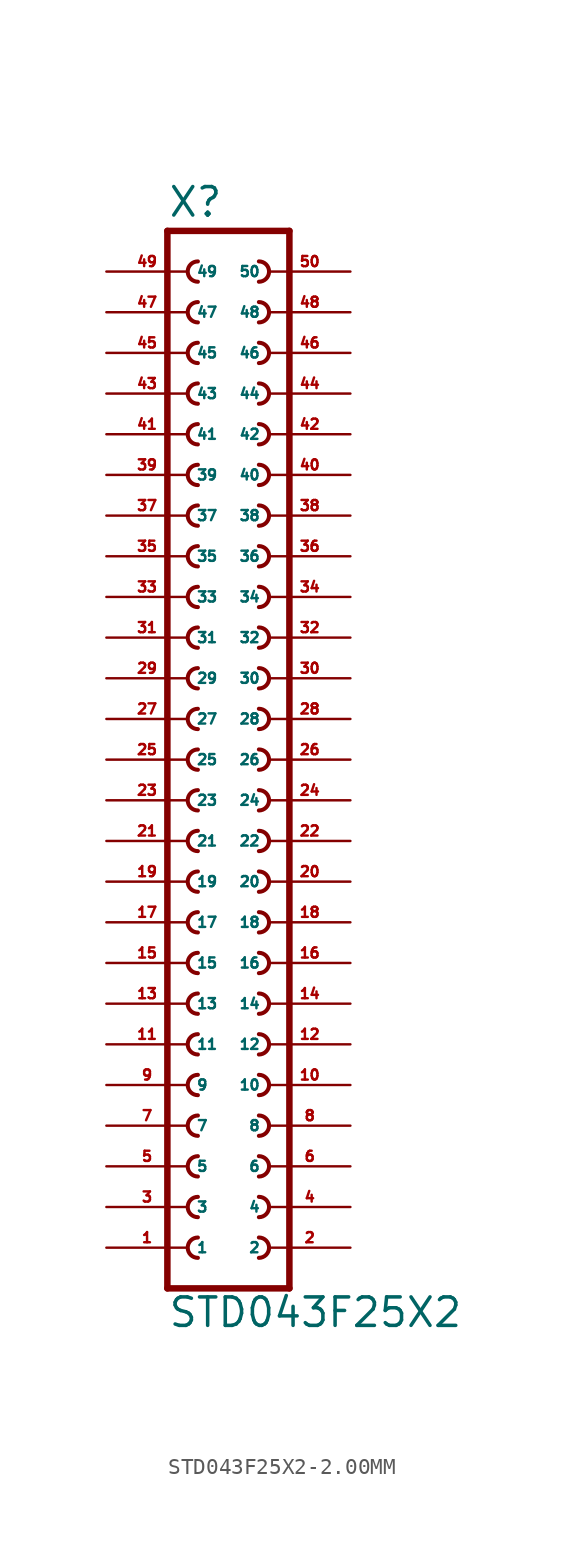
<source format=kicad_sym>
(kicad_symbol_lib
  (version 20220914)
  (generator Eagle2Kicad)
  (symbol "STD043F25X2-2.00MM"
    (property "Reference" "X"
      (at -3.81 31.242 0)
      (effects (font (size 1.778 1.778) (thickness 0.22)) (justify left bottom)))
    (property "Value" "STD043F25X2"
      (at -3.81 -38.1 0)
      (effects (font (size 1.778 1.778) (thickness 0.22)) (justify left bottom)))
    (polyline
      (pts (xy 3.81 -35.56) (xy -3.81 -35.56))
      (stroke (width 0.406) (type default))
      (fill (type none)))
    (arc
      (start -1.905 -27.305)
      (mid -2.540 -27.940)
      (end -1.905 -28.575)
      (stroke (width 0.254) (type default))
      (fill (type none)))
    (arc
      (start -1.905 -29.845)
      (mid -2.540 -30.480)
      (end -1.905 -31.115)
      (stroke (width 0.254) (type default))
      (fill (type none)))
    (arc
      (start -1.905 -32.385)
      (mid -2.540 -33.020)
      (end -1.905 -33.655)
      (stroke (width 0.254) (type default))
      (fill (type none)))
    (arc
      (start 1.905 -28.575)
      (mid 2.540 -27.940)
      (end 1.905 -27.305)
      (stroke (width 0.254) (type default))
      (fill (type none)))
    (arc
      (start 1.905 -31.115)
      (mid 2.540 -30.480)
      (end 1.905 -29.845)
      (stroke (width 0.254) (type default))
      (fill (type none)))
    (arc
      (start 1.905 -33.655)
      (mid 2.540 -33.020)
      (end 1.905 -32.385)
      (stroke (width 0.254) (type default))
      (fill (type none)))
    (arc
      (start -1.905 -22.225)
      (mid -2.540 -22.860)
      (end -1.905 -23.495)
      (stroke (width 0.254) (type default))
      (fill (type none)))
    (arc
      (start -1.905 -24.765)
      (mid -2.540 -25.400)
      (end -1.905 -26.035)
      (stroke (width 0.254) (type default))
      (fill (type none)))
    (arc
      (start 1.905 -23.495)
      (mid 2.540 -22.860)
      (end 1.905 -22.225)
      (stroke (width 0.254) (type default))
      (fill (type none)))
    (arc
      (start 1.905 -26.035)
      (mid 2.540 -25.400)
      (end 1.905 -24.765)
      (stroke (width 0.254) (type default))
      (fill (type none)))
    (arc
      (start -1.905 -14.605)
      (mid -2.540 -15.240)
      (end -1.905 -15.875)
      (stroke (width 0.254) (type default))
      (fill (type none)))
    (arc
      (start -1.905 -17.145)
      (mid -2.540 -17.780)
      (end -1.905 -18.415)
      (stroke (width 0.254) (type default))
      (fill (type none)))
    (arc
      (start -1.905 -19.685)
      (mid -2.540 -20.320)
      (end -1.905 -20.955)
      (stroke (width 0.254) (type default))
      (fill (type none)))
    (arc
      (start 1.905 -15.875)
      (mid 2.540 -15.240)
      (end 1.905 -14.605)
      (stroke (width 0.254) (type default))
      (fill (type none)))
    (arc
      (start 1.905 -18.415)
      (mid 2.540 -17.780)
      (end 1.905 -17.145)
      (stroke (width 0.254) (type default))
      (fill (type none)))
    (arc
      (start 1.905 -20.955)
      (mid 2.540 -20.320)
      (end 1.905 -19.685)
      (stroke (width 0.254) (type default))
      (fill (type none)))
    (arc
      (start -1.905 -9.525)
      (mid -2.540 -10.160)
      (end -1.905 -10.795)
      (stroke (width 0.254) (type default))
      (fill (type none)))
    (arc
      (start -1.905 -12.065)
      (mid -2.540 -12.700)
      (end -1.905 -13.335)
      (stroke (width 0.254) (type default))
      (fill (type none)))
    (arc
      (start 1.905 -10.795)
      (mid 2.540 -10.160)
      (end 1.905 -9.525)
      (stroke (width 0.254) (type default))
      (fill (type none)))
    (arc
      (start 1.905 -13.335)
      (mid 2.540 -12.700)
      (end 1.905 -12.065)
      (stroke (width 0.254) (type default))
      (fill (type none)))
    (arc
      (start -1.905 -1.905)
      (mid -2.540 -2.540)
      (end -1.905 -3.175)
      (stroke (width 0.254) (type default))
      (fill (type none)))
    (arc
      (start -1.905 -4.445)
      (mid -2.540 -5.080)
      (end -1.905 -5.715)
      (stroke (width 0.254) (type default))
      (fill (type none)))
    (arc
      (start -1.905 -6.985)
      (mid -2.540 -7.620)
      (end -1.905 -8.255)
      (stroke (width 0.254) (type default))
      (fill (type none)))
    (arc
      (start 1.905 -3.175)
      (mid 2.540 -2.540)
      (end 1.905 -1.905)
      (stroke (width 0.254) (type default))
      (fill (type none)))
    (arc
      (start 1.905 -5.715)
      (mid 2.540 -5.080)
      (end 1.905 -4.445)
      (stroke (width 0.254) (type default))
      (fill (type none)))
    (arc
      (start 1.905 -8.255)
      (mid 2.540 -7.620)
      (end 1.905 -6.985)
      (stroke (width 0.254) (type default))
      (fill (type none)))
    (arc
      (start -1.905 3.175)
      (mid -2.540 2.540)
      (end -1.905 1.905)
      (stroke (width 0.254) (type default))
      (fill (type none)))
    (arc
      (start -1.905 0.635)
      (mid -2.540 0.000)
      (end -1.905 -0.635)
      (stroke (width 0.254) (type default))
      (fill (type none)))
    (arc
      (start 1.905 1.905)
      (mid 2.540 2.540)
      (end 1.905 3.175)
      (stroke (width 0.254) (type default))
      (fill (type none)))
    (arc
      (start 1.905 -0.635)
      (mid 2.540 0.000)
      (end 1.905 0.635)
      (stroke (width 0.254) (type default))
      (fill (type none)))
    (arc
      (start -1.905 8.255)
      (mid -2.540 7.620)
      (end -1.905 6.985)
      (stroke (width 0.254) (type default))
      (fill (type none)))
    (arc
      (start -1.905 5.715)
      (mid -2.540 5.080)
      (end -1.905 4.445)
      (stroke (width 0.254) (type default))
      (fill (type none)))
    (arc
      (start 1.905 6.985)
      (mid 2.540 7.620)
      (end 1.905 8.255)
      (stroke (width 0.254) (type default))
      (fill (type none)))
    (arc
      (start 1.905 4.445)
      (mid 2.540 5.080)
      (end 1.905 5.715)
      (stroke (width 0.254) (type default))
      (fill (type none)))
    (arc
      (start -1.905 15.875)
      (mid -2.540 15.240)
      (end -1.905 14.605)
      (stroke (width 0.254) (type default))
      (fill (type none)))
    (arc
      (start -1.905 13.335)
      (mid -2.540 12.700)
      (end -1.905 12.065)
      (stroke (width 0.254) (type default))
      (fill (type none)))
    (arc
      (start -1.905 10.795)
      (mid -2.540 10.160)
      (end -1.905 9.525)
      (stroke (width 0.254) (type default))
      (fill (type none)))
    (arc
      (start 1.905 14.605)
      (mid 2.540 15.240)
      (end 1.905 15.875)
      (stroke (width 0.254) (type default))
      (fill (type none)))
    (arc
      (start 1.905 12.065)
      (mid 2.540 12.700)
      (end 1.905 13.335)
      (stroke (width 0.254) (type default))
      (fill (type none)))
    (arc
      (start 1.905 9.525)
      (mid 2.540 10.160)
      (end 1.905 10.795)
      (stroke (width 0.254) (type default))
      (fill (type none)))
    (polyline
      (pts (xy -3.81 30.48) (xy -3.81 -35.56))
      (stroke (width 0.406) (type default))
      (fill (type none)))
    (polyline
      (pts (xy 3.81 -35.56) (xy 3.81 30.48))
      (stroke (width 0.406) (type default))
      (fill (type none)))
    (polyline
      (pts (xy -3.81 30.48) (xy 3.81 30.48))
      (stroke (width 0.406) (type default))
      (fill (type none)))
    (arc
      (start 1.905 17.145)
      (mid 2.540 17.780)
      (end 1.905 18.415)
      (stroke (width 0.254) (type default))
      (fill (type none)))
    (arc
      (start 1.905 19.685)
      (mid 2.540 20.320)
      (end 1.905 20.955)
      (stroke (width 0.254) (type default))
      (fill (type none)))
    (arc
      (start 1.905 22.225)
      (mid 2.540 22.860)
      (end 1.905 23.495)
      (stroke (width 0.254) (type default))
      (fill (type none)))
    (arc
      (start -1.905 18.415)
      (mid -2.540 17.780)
      (end -1.905 17.145)
      (stroke (width 0.254) (type default))
      (fill (type none)))
    (arc
      (start -1.905 20.955)
      (mid -2.540 20.320)
      (end -1.905 19.685)
      (stroke (width 0.254) (type default))
      (fill (type none)))
    (arc
      (start -1.905 23.495)
      (mid -2.540 22.860)
      (end -1.905 22.225)
      (stroke (width 0.254) (type default))
      (fill (type none)))
    (arc
      (start 1.905 24.765)
      (mid 2.540 25.400)
      (end 1.905 26.035)
      (stroke (width 0.254) (type default))
      (fill (type none)))
    (arc
      (start 1.905 27.305)
      (mid 2.540 27.940)
      (end 1.905 28.575)
      (stroke (width 0.254) (type default))
      (fill (type none)))
    (arc
      (start -1.905 26.035)
      (mid -2.540 25.400)
      (end -1.905 24.765)
      (stroke (width 0.254) (type default))
      (fill (type none)))
    (arc
      (start -1.905 28.575)
      (mid -2.540 27.940)
      (end -1.905 27.305)
      (stroke (width 0.254) (type default))
      (fill (type none)))
    (pin passive line
      (at -7.62 -33.02 0)
      (length 5.08)
      (name "1" (effects (font (size 0.635 0.635) (thickness 0.08)) (justify left bottom)))
      (number "1" (effects (font (size 0.635 0.635) (thickness 0.08)) (justify left bottom))))
    (pin passive line
      (at -7.62 -30.48 0)
      (length 5.08)
      (name "3" (effects (font (size 0.635 0.635) (thickness 0.08)) (justify left bottom)))
      (number "3" (effects (font (size 0.635 0.635) (thickness 0.08)) (justify left bottom))))
    (pin passive line
      (at -7.62 -27.94 0)
      (length 5.08)
      (name "5" (effects (font (size 0.635 0.635) (thickness 0.08)) (justify left bottom)))
      (number "5" (effects (font (size 0.635 0.635) (thickness 0.08)) (justify left bottom))))
    (pin passive line
      (at 7.62 -33.02 180)
      (length 5.08)
      (name "2" (effects (font (size 0.635 0.635) (thickness 0.08)) (justify left bottom)))
      (number "2" (effects (font (size 0.635 0.635) (thickness 0.08)) (justify left bottom))))
    (pin passive line
      (at 7.62 -30.48 180)
      (length 5.08)
      (name "4" (effects (font (size 0.635 0.635) (thickness 0.08)) (justify left bottom)))
      (number "4" (effects (font (size 0.635 0.635) (thickness 0.08)) (justify left bottom))))
    (pin passive line
      (at 7.62 -27.94 180)
      (length 5.08)
      (name "6" (effects (font (size 0.635 0.635) (thickness 0.08)) (justify left bottom)))
      (number "6" (effects (font (size 0.635 0.635) (thickness 0.08)) (justify left bottom))))
    (pin passive line
      (at -7.62 -25.4 0)
      (length 5.08)
      (name "7" (effects (font (size 0.635 0.635) (thickness 0.08)) (justify left bottom)))
      (number "7" (effects (font (size 0.635 0.635) (thickness 0.08)) (justify left bottom))))
    (pin passive line
      (at -7.62 -22.86 0)
      (length 5.08)
      (name "9" (effects (font (size 0.635 0.635) (thickness 0.08)) (justify left bottom)))
      (number "9" (effects (font (size 0.635 0.635) (thickness 0.08)) (justify left bottom))))
    (pin passive line
      (at 7.62 -25.4 180)
      (length 5.08)
      (name "8" (effects (font (size 0.635 0.635) (thickness 0.08)) (justify left bottom)))
      (number "8" (effects (font (size 0.635 0.635) (thickness 0.08)) (justify left bottom))))
    (pin passive line
      (at 7.62 -22.86 180)
      (length 5.08)
      (name "10" (effects (font (size 0.635 0.635) (thickness 0.08)) (justify left bottom)))
      (number "10" (effects (font (size 0.635 0.635) (thickness 0.08)) (justify left bottom))))
    (pin passive line
      (at -7.62 -20.32 0)
      (length 5.08)
      (name "11" (effects (font (size 0.635 0.635) (thickness 0.08)) (justify left bottom)))
      (number "11" (effects (font (size 0.635 0.635) (thickness 0.08)) (justify left bottom))))
    (pin passive line
      (at -7.62 -17.78 0)
      (length 5.08)
      (name "13" (effects (font (size 0.635 0.635) (thickness 0.08)) (justify left bottom)))
      (number "13" (effects (font (size 0.635 0.635) (thickness 0.08)) (justify left bottom))))
    (pin passive line
      (at -7.62 -15.24 0)
      (length 5.08)
      (name "15" (effects (font (size 0.635 0.635) (thickness 0.08)) (justify left bottom)))
      (number "15" (effects (font (size 0.635 0.635) (thickness 0.08)) (justify left bottom))))
    (pin passive line
      (at 7.62 -20.32 180)
      (length 5.08)
      (name "12" (effects (font (size 0.635 0.635) (thickness 0.08)) (justify left bottom)))
      (number "12" (effects (font (size 0.635 0.635) (thickness 0.08)) (justify left bottom))))
    (pin passive line
      (at 7.62 -17.78 180)
      (length 5.08)
      (name "14" (effects (font (size 0.635 0.635) (thickness 0.08)) (justify left bottom)))
      (number "14" (effects (font (size 0.635 0.635) (thickness 0.08)) (justify left bottom))))
    (pin passive line
      (at 7.62 -15.24 180)
      (length 5.08)
      (name "16" (effects (font (size 0.635 0.635) (thickness 0.08)) (justify left bottom)))
      (number "16" (effects (font (size 0.635 0.635) (thickness 0.08)) (justify left bottom))))
    (pin passive line
      (at -7.62 -12.7 0)
      (length 5.08)
      (name "17" (effects (font (size 0.635 0.635) (thickness 0.08)) (justify left bottom)))
      (number "17" (effects (font (size 0.635 0.635) (thickness 0.08)) (justify left bottom))))
    (pin passive line
      (at -7.62 -10.16 0)
      (length 5.08)
      (name "19" (effects (font (size 0.635 0.635) (thickness 0.08)) (justify left bottom)))
      (number "19" (effects (font (size 0.635 0.635) (thickness 0.08)) (justify left bottom))))
    (pin passive line
      (at 7.62 -12.7 180)
      (length 5.08)
      (name "18" (effects (font (size 0.635 0.635) (thickness 0.08)) (justify left bottom)))
      (number "18" (effects (font (size 0.635 0.635) (thickness 0.08)) (justify left bottom))))
    (pin passive line
      (at 7.62 -10.16 180)
      (length 5.08)
      (name "20" (effects (font (size 0.635 0.635) (thickness 0.08)) (justify left bottom)))
      (number "20" (effects (font (size 0.635 0.635) (thickness 0.08)) (justify left bottom))))
    (pin passive line
      (at -7.62 -7.62 0)
      (length 5.08)
      (name "21" (effects (font (size 0.635 0.635) (thickness 0.08)) (justify left bottom)))
      (number "21" (effects (font (size 0.635 0.635) (thickness 0.08)) (justify left bottom))))
    (pin passive line
      (at -7.62 -5.08 0)
      (length 5.08)
      (name "23" (effects (font (size 0.635 0.635) (thickness 0.08)) (justify left bottom)))
      (number "23" (effects (font (size 0.635 0.635) (thickness 0.08)) (justify left bottom))))
    (pin passive line
      (at -7.62 -2.54 0)
      (length 5.08)
      (name "25" (effects (font (size 0.635 0.635) (thickness 0.08)) (justify left bottom)))
      (number "25" (effects (font (size 0.635 0.635) (thickness 0.08)) (justify left bottom))))
    (pin passive line
      (at 7.62 -7.62 180)
      (length 5.08)
      (name "22" (effects (font (size 0.635 0.635) (thickness 0.08)) (justify left bottom)))
      (number "22" (effects (font (size 0.635 0.635) (thickness 0.08)) (justify left bottom))))
    (pin passive line
      (at 7.62 -5.08 180)
      (length 5.08)
      (name "24" (effects (font (size 0.635 0.635) (thickness 0.08)) (justify left bottom)))
      (number "24" (effects (font (size 0.635 0.635) (thickness 0.08)) (justify left bottom))))
    (pin passive line
      (at 7.62 -2.54 180)
      (length 5.08)
      (name "26" (effects (font (size 0.635 0.635) (thickness 0.08)) (justify left bottom)))
      (number "26" (effects (font (size 0.635 0.635) (thickness 0.08)) (justify left bottom))))
    (pin passive line
      (at -7.62 0 0)
      (length 5.08)
      (name "27" (effects (font (size 0.635 0.635) (thickness 0.08)) (justify left bottom)))
      (number "27" (effects (font (size 0.635 0.635) (thickness 0.08)) (justify left bottom))))
    (pin passive line
      (at -7.62 2.54 0)
      (length 5.08)
      (name "29" (effects (font (size 0.635 0.635) (thickness 0.08)) (justify left bottom)))
      (number "29" (effects (font (size 0.635 0.635) (thickness 0.08)) (justify left bottom))))
    (pin passive line
      (at 7.62 0 180)
      (length 5.08)
      (name "28" (effects (font (size 0.635 0.635) (thickness 0.08)) (justify left bottom)))
      (number "28" (effects (font (size 0.635 0.635) (thickness 0.08)) (justify left bottom))))
    (pin passive line
      (at 7.62 2.54 180)
      (length 5.08)
      (name "30" (effects (font (size 0.635 0.635) (thickness 0.08)) (justify left bottom)))
      (number "30" (effects (font (size 0.635 0.635) (thickness 0.08)) (justify left bottom))))
    (pin passive line
      (at -7.62 5.08 0)
      (length 5.08)
      (name "31" (effects (font (size 0.635 0.635) (thickness 0.08)) (justify left bottom)))
      (number "31" (effects (font (size 0.635 0.635) (thickness 0.08)) (justify left bottom))))
    (pin passive line
      (at -7.62 7.62 0)
      (length 5.08)
      (name "33" (effects (font (size 0.635 0.635) (thickness 0.08)) (justify left bottom)))
      (number "33" (effects (font (size 0.635 0.635) (thickness 0.08)) (justify left bottom))))
    (pin passive line
      (at 7.62 5.08 180)
      (length 5.08)
      (name "32" (effects (font (size 0.635 0.635) (thickness 0.08)) (justify left bottom)))
      (number "32" (effects (font (size 0.635 0.635) (thickness 0.08)) (justify left bottom))))
    (pin passive line
      (at 7.62 7.62 180)
      (length 5.08)
      (name "34" (effects (font (size 0.635 0.635) (thickness 0.08)) (justify left bottom)))
      (number "34" (effects (font (size 0.635 0.635) (thickness 0.08)) (justify left bottom))))
    (pin passive line
      (at -7.62 10.16 0)
      (length 5.08)
      (name "35" (effects (font (size 0.635 0.635) (thickness 0.08)) (justify left bottom)))
      (number "35" (effects (font (size 0.635 0.635) (thickness 0.08)) (justify left bottom))))
    (pin passive line
      (at -7.62 12.7 0)
      (length 5.08)
      (name "37" (effects (font (size 0.635 0.635) (thickness 0.08)) (justify left bottom)))
      (number "37" (effects (font (size 0.635 0.635) (thickness 0.08)) (justify left bottom))))
    (pin passive line
      (at -7.62 15.24 0)
      (length 5.08)
      (name "39" (effects (font (size 0.635 0.635) (thickness 0.08)) (justify left bottom)))
      (number "39" (effects (font (size 0.635 0.635) (thickness 0.08)) (justify left bottom))))
    (pin passive line
      (at 7.62 10.16 180)
      (length 5.08)
      (name "36" (effects (font (size 0.635 0.635) (thickness 0.08)) (justify left bottom)))
      (number "36" (effects (font (size 0.635 0.635) (thickness 0.08)) (justify left bottom))))
    (pin passive line
      (at 7.62 12.7 180)
      (length 5.08)
      (name "38" (effects (font (size 0.635 0.635) (thickness 0.08)) (justify left bottom)))
      (number "38" (effects (font (size 0.635 0.635) (thickness 0.08)) (justify left bottom))))
    (pin passive line
      (at 7.62 15.24 180)
      (length 5.08)
      (name "40" (effects (font (size 0.635 0.635) (thickness 0.08)) (justify left bottom)))
      (number "40" (effects (font (size 0.635 0.635) (thickness 0.08)) (justify left bottom))))
    (pin passive line
      (at -7.62 17.78 0)
      (length 5.08)
      (name "41" (effects (font (size 0.635 0.635) (thickness 0.08)) (justify left bottom)))
      (number "41" (effects (font (size 0.635 0.635) (thickness 0.08)) (justify left bottom))))
    (pin passive line
      (at 7.62 17.78 180)
      (length 5.08)
      (name "42" (effects (font (size 0.635 0.635) (thickness 0.08)) (justify left bottom)))
      (number "42" (effects (font (size 0.635 0.635) (thickness 0.08)) (justify left bottom))))
    (pin passive line
      (at -7.62 20.32 0)
      (length 5.08)
      (name "43" (effects (font (size 0.635 0.635) (thickness 0.08)) (justify left bottom)))
      (number "43" (effects (font (size 0.635 0.635) (thickness 0.08)) (justify left bottom))))
    (pin passive line
      (at 7.62 20.32 180)
      (length 5.08)
      (name "44" (effects (font (size 0.635 0.635) (thickness 0.08)) (justify left bottom)))
      (number "44" (effects (font (size 0.635 0.635) (thickness 0.08)) (justify left bottom))))
    (pin passive line
      (at -7.62 22.86 0)
      (length 5.08)
      (name "45" (effects (font (size 0.635 0.635) (thickness 0.08)) (justify left bottom)))
      (number "45" (effects (font (size 0.635 0.635) (thickness 0.08)) (justify left bottom))))
    (pin passive line
      (at 7.62 22.86 180)
      (length 5.08)
      (name "46" (effects (font (size 0.635 0.635) (thickness 0.08)) (justify left bottom)))
      (number "46" (effects (font (size 0.635 0.635) (thickness 0.08)) (justify left bottom))))
    (pin passive line
      (at -7.62 25.4 0)
      (length 5.08)
      (name "47" (effects (font (size 0.635 0.635) (thickness 0.08)) (justify left bottom)))
      (number "47" (effects (font (size 0.635 0.635) (thickness 0.08)) (justify left bottom))))
    (pin passive line
      (at 7.62 25.4 180)
      (length 5.08)
      (name "48" (effects (font (size 0.635 0.635) (thickness 0.08)) (justify left bottom)))
      (number "48" (effects (font (size 0.635 0.635) (thickness 0.08)) (justify left bottom))))
    (pin passive line
      (at -7.62 27.94 0)
      (length 5.08)
      (name "49" (effects (font (size 0.635 0.635) (thickness 0.08)) (justify left bottom)))
      (number "49" (effects (font (size 0.635 0.635) (thickness 0.08)) (justify left bottom))))
    (pin passive line
      (at 7.62 27.94 180)
      (length 5.08)
      (name "50" (effects (font (size 0.635 0.635) (thickness 0.08)) (justify left bottom)))
      (number "50" (effects (font (size 0.635 0.635) (thickness 0.08)) (justify left bottom))))))
</source>
